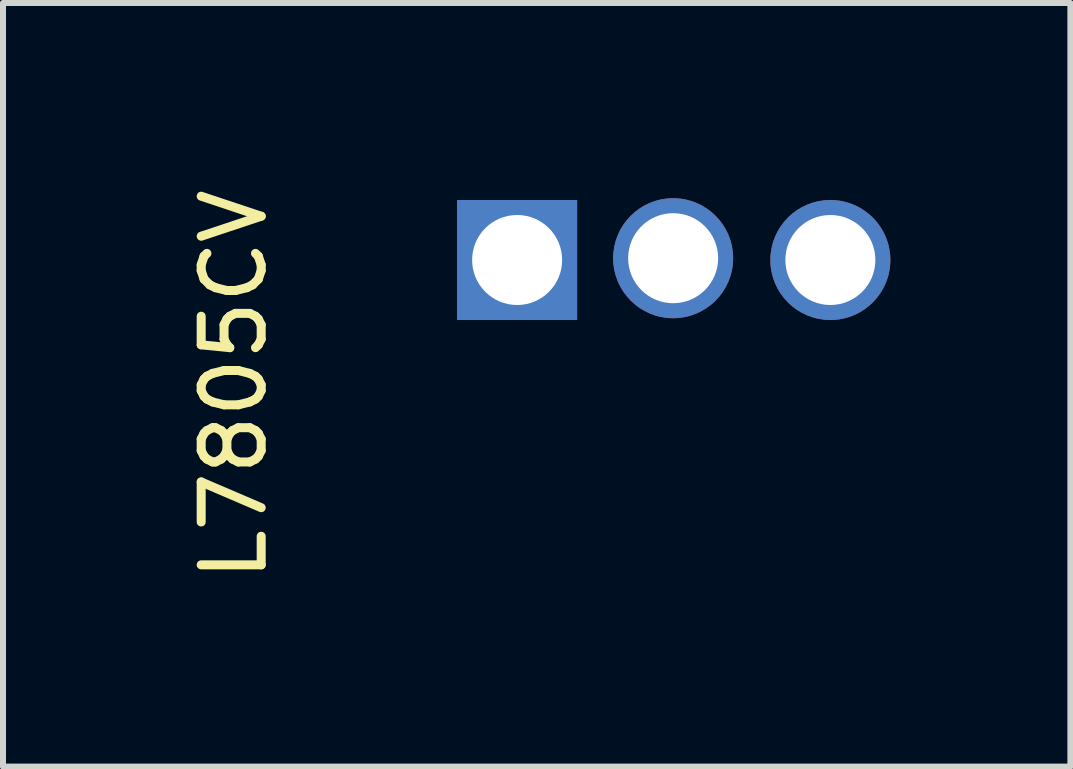
<source format=kicad_pcb>
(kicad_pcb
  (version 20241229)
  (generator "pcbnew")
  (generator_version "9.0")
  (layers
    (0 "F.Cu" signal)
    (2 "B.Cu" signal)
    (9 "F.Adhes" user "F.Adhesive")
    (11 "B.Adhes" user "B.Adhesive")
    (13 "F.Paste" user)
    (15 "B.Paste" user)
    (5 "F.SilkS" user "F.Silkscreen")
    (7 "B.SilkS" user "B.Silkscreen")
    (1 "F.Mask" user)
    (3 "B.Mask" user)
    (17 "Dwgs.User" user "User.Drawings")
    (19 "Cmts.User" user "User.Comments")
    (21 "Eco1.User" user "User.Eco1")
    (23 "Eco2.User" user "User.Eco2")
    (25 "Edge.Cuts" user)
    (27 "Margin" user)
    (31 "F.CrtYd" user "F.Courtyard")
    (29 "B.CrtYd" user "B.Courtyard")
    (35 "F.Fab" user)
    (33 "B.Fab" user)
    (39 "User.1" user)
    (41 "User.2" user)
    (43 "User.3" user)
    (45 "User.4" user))
  (footprint "L7805CV"
    (layer "F.Cu")
    (at 4.558 0.363)
    (property "Reference" "L7805CV" (at -3.71 3 270) (layer "F.SilkS") (effects (font (size 1 1) (thickness 0.15))))
    (attr through_hole)
    (pad "1" thru_hole rect (at 1.01 0.92) (size 2 2) (drill 1.5) (layers "*.Cu" "*.Mask"))
    (pad "2" thru_hole circle (at 3.61 0.89) (size 2 2) (drill 1.5) (layers "*.Cu" "*.Mask"))
    (pad "3" thru_hole circle (at 6.23 0.92) (size 2 2) (drill 1.5) (layers "*.Cu" "*.Mask")))
  (gr_rect
    (start -3 -3)
    (end 14.788 9.726)
    (stroke (width 0.1) (type default))
    (fill no)
    (layer "Edge.Cuts")))
</source>
